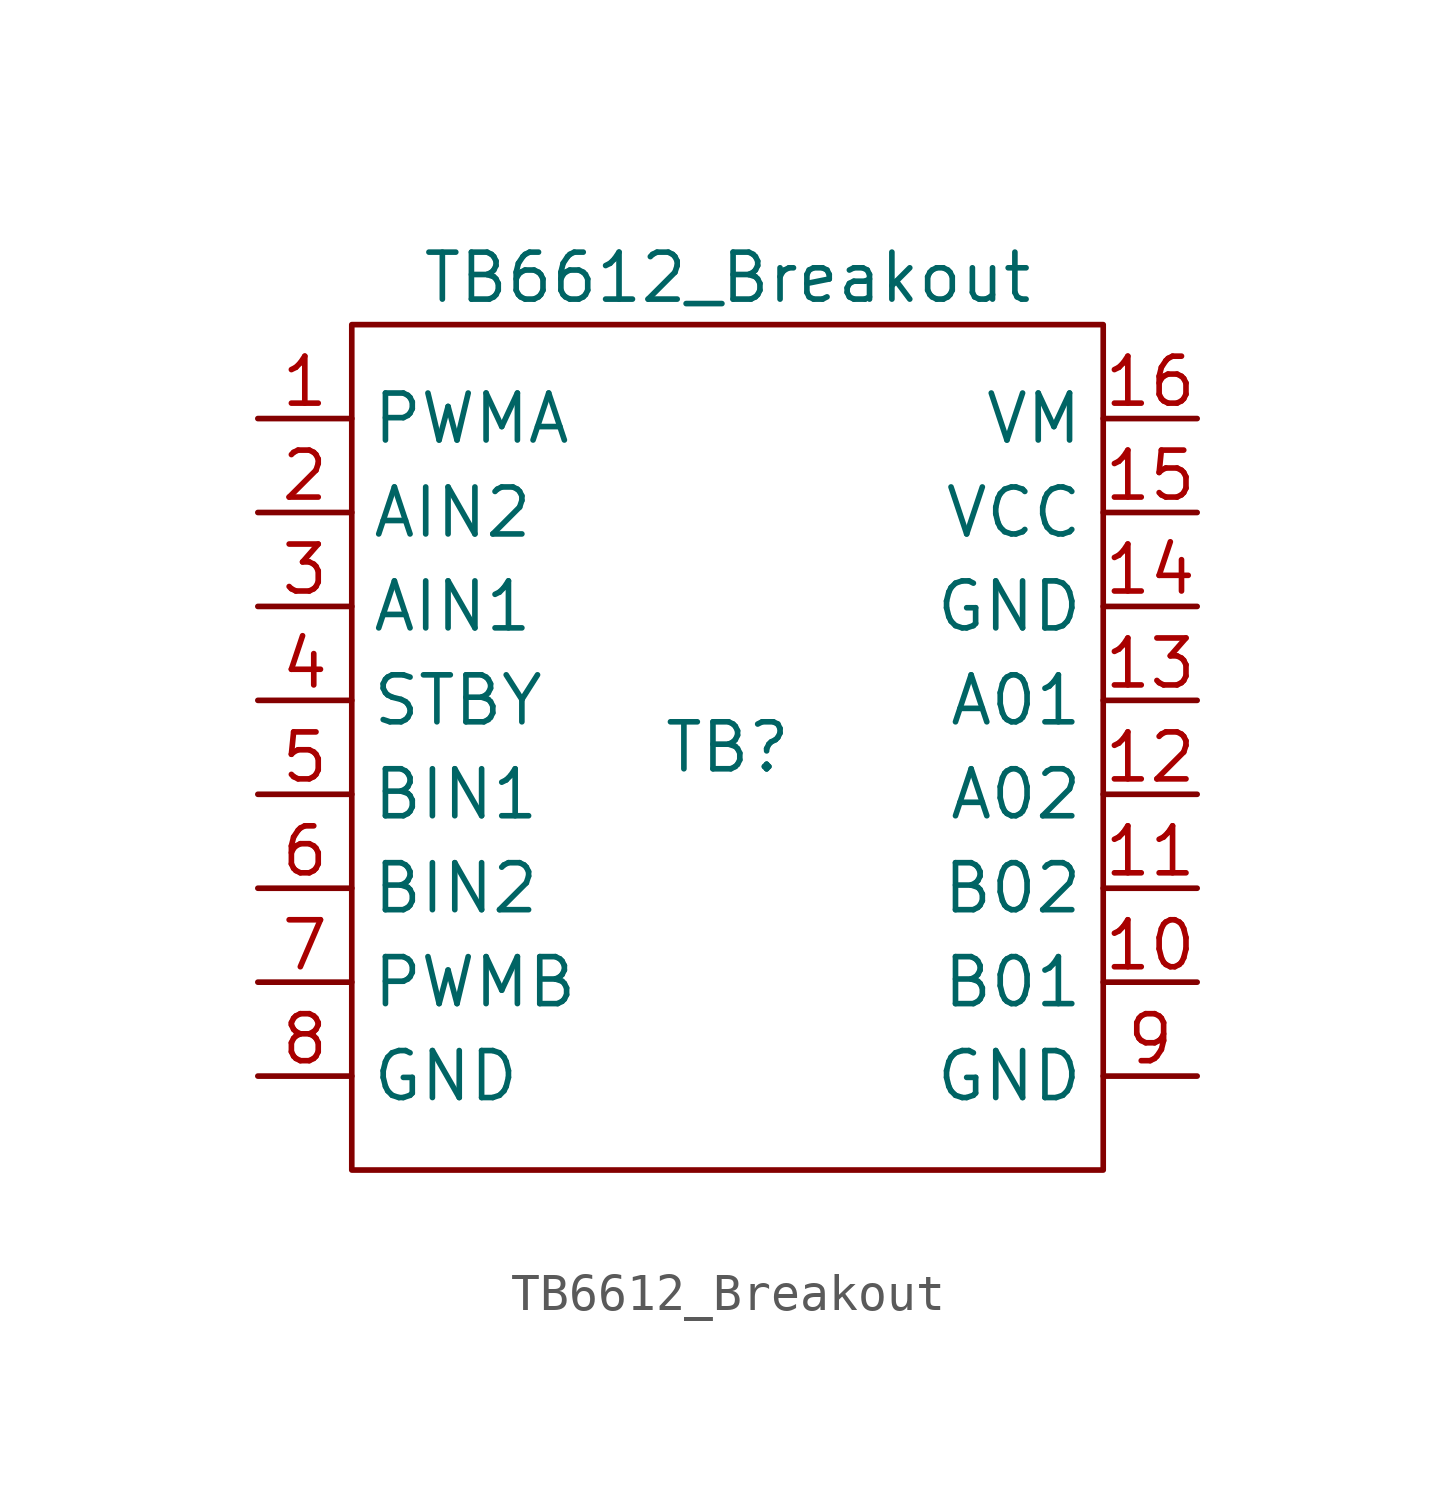
<source format=kicad_sym>
(kicad_symbol_lib
  (version 20211014)
  (generator kicad_symbol_editor)
  (symbol "TB6612_Breakout"
    (property "Reference" "TB"
      (at 0 0 0)
      (effects (font (size 1.27 1.27))))
    (property "Value" "TB6612_Breakout"
      (at 0 12.7 0)
      (effects (font (size 1.27 1.27))))
    (symbol "TB6612_Breakout_0_1"
      (rectangle (start -10.16 11.43) (end 10.16 -11.43) (stroke (width 0) (type default) (color 0 0 0 0)) (fill (type none))))
    (symbol "TB6612_Breakout_1_1"
      (pin input line (at -12.7 8.89 0) (length 2.54) (name "PWMA" (effects (font (size 1.27 1.27)))) (number "1" (effects (font (size 1.27 1.27)))))
      (pin output line (at 12.7 -6.35 180) (length 2.54) (name "B01" (effects (font (size 1.27 1.27)))) (number "10" (effects (font (size 1.27 1.27)))))
      (pin output line (at 12.7 -3.81 180) (length 2.54) (name "B02" (effects (font (size 1.27 1.27)))) (number "11" (effects (font (size 1.27 1.27)))))
      (pin output line (at 12.7 -1.27 180) (length 2.54) (name "A02" (effects (font (size 1.27 1.27)))) (number "12" (effects (font (size 1.27 1.27)))))
      (pin output line (at 12.7 1.27 180) (length 2.54) (name "A01" (effects (font (size 1.27 1.27)))) (number "13" (effects (font (size 1.27 1.27)))))
      (pin input line (at 12.7 3.81 180) (length 2.54) (name "GND" (effects (font (size 1.27 1.27)))) (number "14" (effects (font (size 1.27 1.27)))))
      (pin power_in line (at 12.7 6.35 180) (length 2.54) (name "VCC" (effects (font (size 1.27 1.27)))) (number "15" (effects (font (size 1.27 1.27)))))
      (pin power_in line (at 12.7 8.89 180) (length 2.54) (name "VM" (effects (font (size 1.27 1.27)))) (number "16" (effects (font (size 1.27 1.27)))))
      (pin input line (at -12.7 6.35 0) (length 2.54) (name "AIN2" (effects (font (size 1.27 1.27)))) (number "2" (effects (font (size 1.27 1.27)))))
      (pin input line (at -12.7 3.81 0) (length 2.54) (name "AIN1" (effects (font (size 1.27 1.27)))) (number "3" (effects (font (size 1.27 1.27)))))
      (pin input line (at -12.7 1.27 0) (length 2.54) (name "STBY" (effects (font (size 1.27 1.27)))) (number "4" (effects (font (size 1.27 1.27)))))
      (pin input line (at -12.7 -1.27 0) (length 2.54) (name "BIN1" (effects (font (size 1.27 1.27)))) (number "5" (effects (font (size 1.27 1.27)))))
      (pin input line (at -12.7 -3.81 0) (length 2.54) (name "BIN2" (effects (font (size 1.27 1.27)))) (number "6" (effects (font (size 1.27 1.27)))))
      (pin input line (at -12.7 -6.35 0) (length 2.54) (name "PWMB" (effects (font (size 1.27 1.27)))) (number "7" (effects (font (size 1.27 1.27)))))
      (pin input line (at -12.7 -8.89 0) (length 2.54) (name "GND" (effects (font (size 1.27 1.27)))) (number "8" (effects (font (size 1.27 1.27)))))
      (pin input line (at 12.7 -8.89 180) (length 2.54) (name "GND" (effects (font (size 1.27 1.27)))) (number "9" (effects (font (size 1.27 1.27))))))))
</source>
